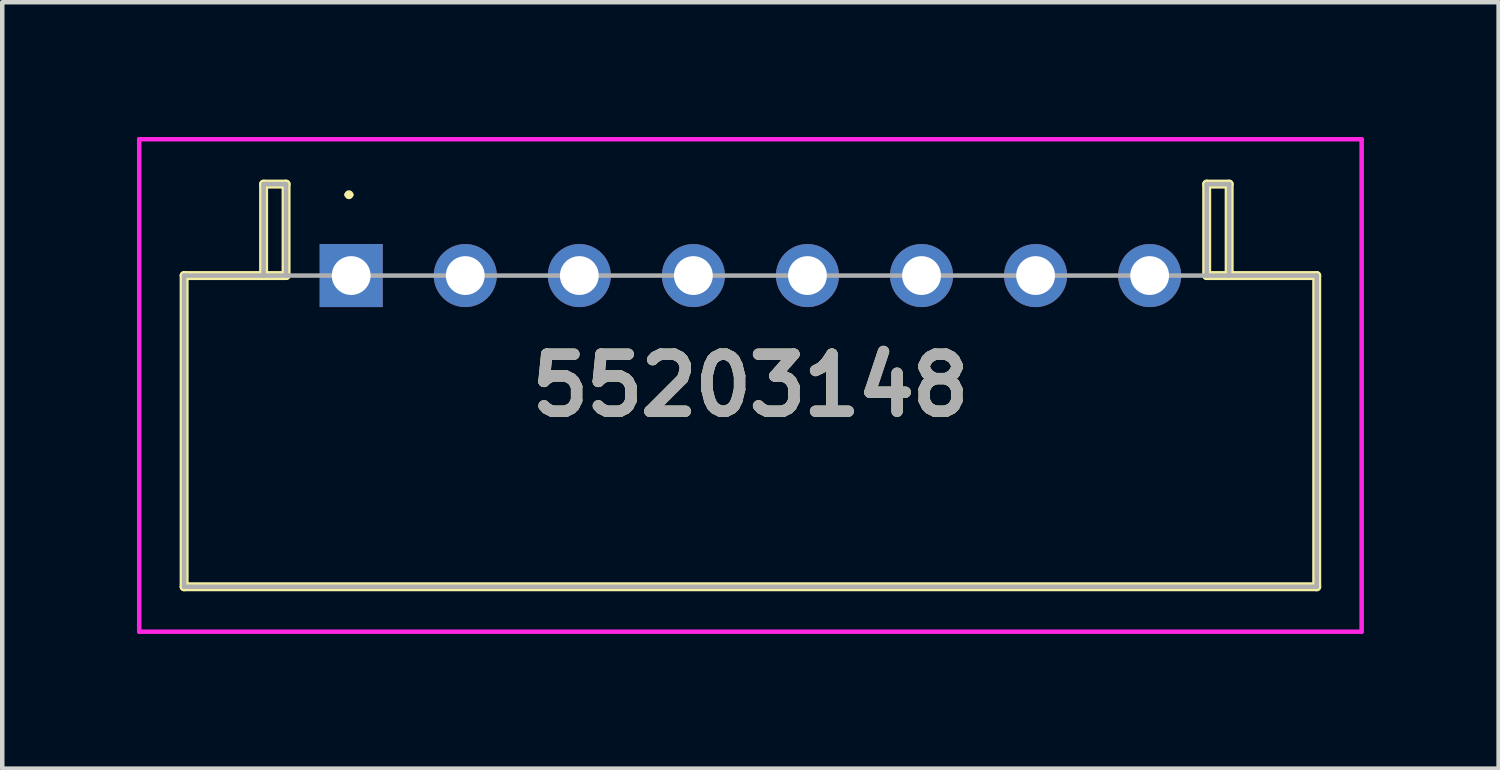
<source format=kicad_pcb>
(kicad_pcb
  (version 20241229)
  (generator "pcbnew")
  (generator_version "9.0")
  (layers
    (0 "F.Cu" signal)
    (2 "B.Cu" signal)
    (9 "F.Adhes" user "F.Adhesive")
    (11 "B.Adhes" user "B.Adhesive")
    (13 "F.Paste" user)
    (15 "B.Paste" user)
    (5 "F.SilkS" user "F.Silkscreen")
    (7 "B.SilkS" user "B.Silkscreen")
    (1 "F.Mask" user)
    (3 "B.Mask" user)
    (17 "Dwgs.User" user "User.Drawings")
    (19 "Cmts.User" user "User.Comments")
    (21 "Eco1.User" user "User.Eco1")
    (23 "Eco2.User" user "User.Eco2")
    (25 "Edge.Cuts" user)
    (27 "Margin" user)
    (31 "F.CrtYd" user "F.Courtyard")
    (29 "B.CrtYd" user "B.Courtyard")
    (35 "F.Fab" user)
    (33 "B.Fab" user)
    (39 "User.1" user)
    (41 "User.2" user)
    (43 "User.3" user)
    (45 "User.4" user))
  (footprint "55203148"
    (layer "F.Cu")
    (at 4.77 3.086)
    (property "Reference" "55203148" (at 8.89 2.447 0) (layer "F.SilkS") (effects (font (size 1.27 1.27) (thickness 0.254))))
    (attr through_hole)
    (fp_line (start -3.72 0) (end -1.45 0) (stroke (width 0.2) (type solid)) (layer "F.SilkS"))
    (fp_line (start -3.72 6.93) (end -3.72 0) (stroke (width 0.2) (type solid)) (layer "F.SilkS"))
    (fp_line (start -1.95 -2.036) (end -1.45 -2.036) (stroke (width 0.2) (type solid)) (layer "F.SilkS"))
    (fp_line (start -1.95 0) (end -1.95 -2.036) (stroke (width 0.2) (type solid)) (layer "F.SilkS"))
    (fp_line (start -1.45 -2.036) (end -1.45 0) (stroke (width 0.2) (type solid)) (layer "F.SilkS"))
    (fp_line (start -0.1 -1.8) (end -0.1 -1.8) (stroke (width 0.1) (type solid)) (layer "F.SilkS"))
    (fp_line (start 0 -1.8) (end 0 -1.8) (stroke (width 0.1) (type solid)) (layer "F.SilkS"))
    (fp_line (start 19.05 -2.036) (end 19.05 0) (stroke (width 0.2) (type solid)) (layer "F.SilkS"))
    (fp_line (start 19.05 0) (end 21.5 0) (stroke (width 0.2) (type solid)) (layer "F.SilkS"))
    (fp_line (start 19.55 -2.036) (end 19.05 -2.036) (stroke (width 0.2) (type solid)) (layer "F.SilkS"))
    (fp_line (start 19.55 0) (end 19.55 -2.036) (stroke (width 0.2) (type solid)) (layer "F.SilkS"))
    (fp_line (start 21.5 0) (end 21.5 6.93) (stroke (width 0.2) (type solid)) (layer "F.SilkS"))
    (fp_line (start 21.5 6.93) (end -3.72 6.93) (stroke (width 0.2) (type solid)) (layer "F.SilkS"))
    (fp_arc (start -0.1 -1.8) (mid -0.05 -1.85) (end 0 -1.8) (stroke (width 0.1) (type solid)) (layer "F.SilkS"))
    (fp_arc (start 0 -1.8) (mid -0.05 -1.75) (end -0.1 -1.8) (stroke (width 0.1) (type solid)) (layer "F.SilkS"))
    (fp_line (start -4.72 -3.036) (end 22.5 -3.036) (stroke (width 0.1) (type solid)) (layer "F.CrtYd"))
    (fp_line (start -4.72 7.93) (end -4.72 -3.036) (stroke (width 0.1) (type solid)) (layer "F.CrtYd"))
    (fp_line (start 22.5 -3.036) (end 22.5 7.93) (stroke (width 0.1) (type solid)) (layer "F.CrtYd"))
    (fp_line (start 22.5 7.93) (end -4.72 7.93) (stroke (width 0.1) (type solid)) (layer "F.CrtYd"))
    (fp_line (start -3.72 0) (end 21.5 0) (stroke (width 0.1) (type solid)) (layer "F.Fab"))
    (fp_line (start -3.72 6.93) (end -3.72 0) (stroke (width 0.1) (type solid)) (layer "F.Fab"))
    (fp_line (start -1.95 -2.036) (end -1.45 -2.036) (stroke (width 0.1) (type solid)) (layer "F.Fab"))
    (fp_line (start -1.95 0) (end -1.95 -2.036) (stroke (width 0.1) (type solid)) (layer "F.Fab"))
    (fp_line (start -1.45 -2.036) (end -1.45 0) (stroke (width 0.1) (type solid)) (layer "F.Fab"))
    (fp_line (start 19.05 -2.036) (end 19.05 0) (stroke (width 0.1) (type solid)) (layer "F.Fab"))
    (fp_line (start 19.55 -2.036) (end 19.05 -2.036) (stroke (width 0.1) (type solid)) (layer "F.Fab"))
    (fp_line (start 19.55 0) (end 19.55 -2.036) (stroke (width 0.1) (type solid)) (layer "F.Fab"))
    (fp_line (start 21.5 0) (end 21.5 6.93) (stroke (width 0.1) (type solid)) (layer "F.Fab"))
    (fp_line (start 21.5 6.93) (end -3.72 6.93) (stroke (width 0.1) (type solid)) (layer "F.Fab"))
    (fp_text user "${REFERENCE}" (at 8.89 2.447 0) (layer "F.Fab") (effects (font (size 1.27 1.27) (thickness 0.254))))
    (pad "1" thru_hole rect (at 0 0) (size 1.404 1.404) (drill 0.864) (layers "*.Cu" "*.Mask"))
    (pad "2" thru_hole circle (at 2.54 0) (size 1.404 1.404) (drill 0.864) (layers "*.Cu" "*.Mask"))
    (pad "3" thru_hole circle (at 5.08 0) (size 1.404 1.404) (drill 0.864) (layers "*.Cu" "*.Mask"))
    (pad "4" thru_hole circle (at 7.62 0) (size 1.404 1.404) (drill 0.864) (layers "*.Cu" "*.Mask"))
    (pad "5" thru_hole circle (at 10.16 0) (size 1.404 1.404) (drill 0.864) (layers "*.Cu" "*.Mask"))
    (pad "6" thru_hole circle (at 12.7 0) (size 1.404 1.404) (drill 0.864) (layers "*.Cu" "*.Mask"))
    (pad "7" thru_hole circle (at 15.24 0) (size 1.404 1.404) (drill 0.864) (layers "*.Cu" "*.Mask"))
    (pad "8" thru_hole circle (at 17.78 0) (size 1.404 1.404) (drill 0.864) (layers "*.Cu" "*.Mask")))
  (gr_rect
    (start -3 -3)
    (end 30.32 14.066)
    (stroke (width 0.1) (type default))
    (fill no)
    (layer "Edge.Cuts")))
</source>
